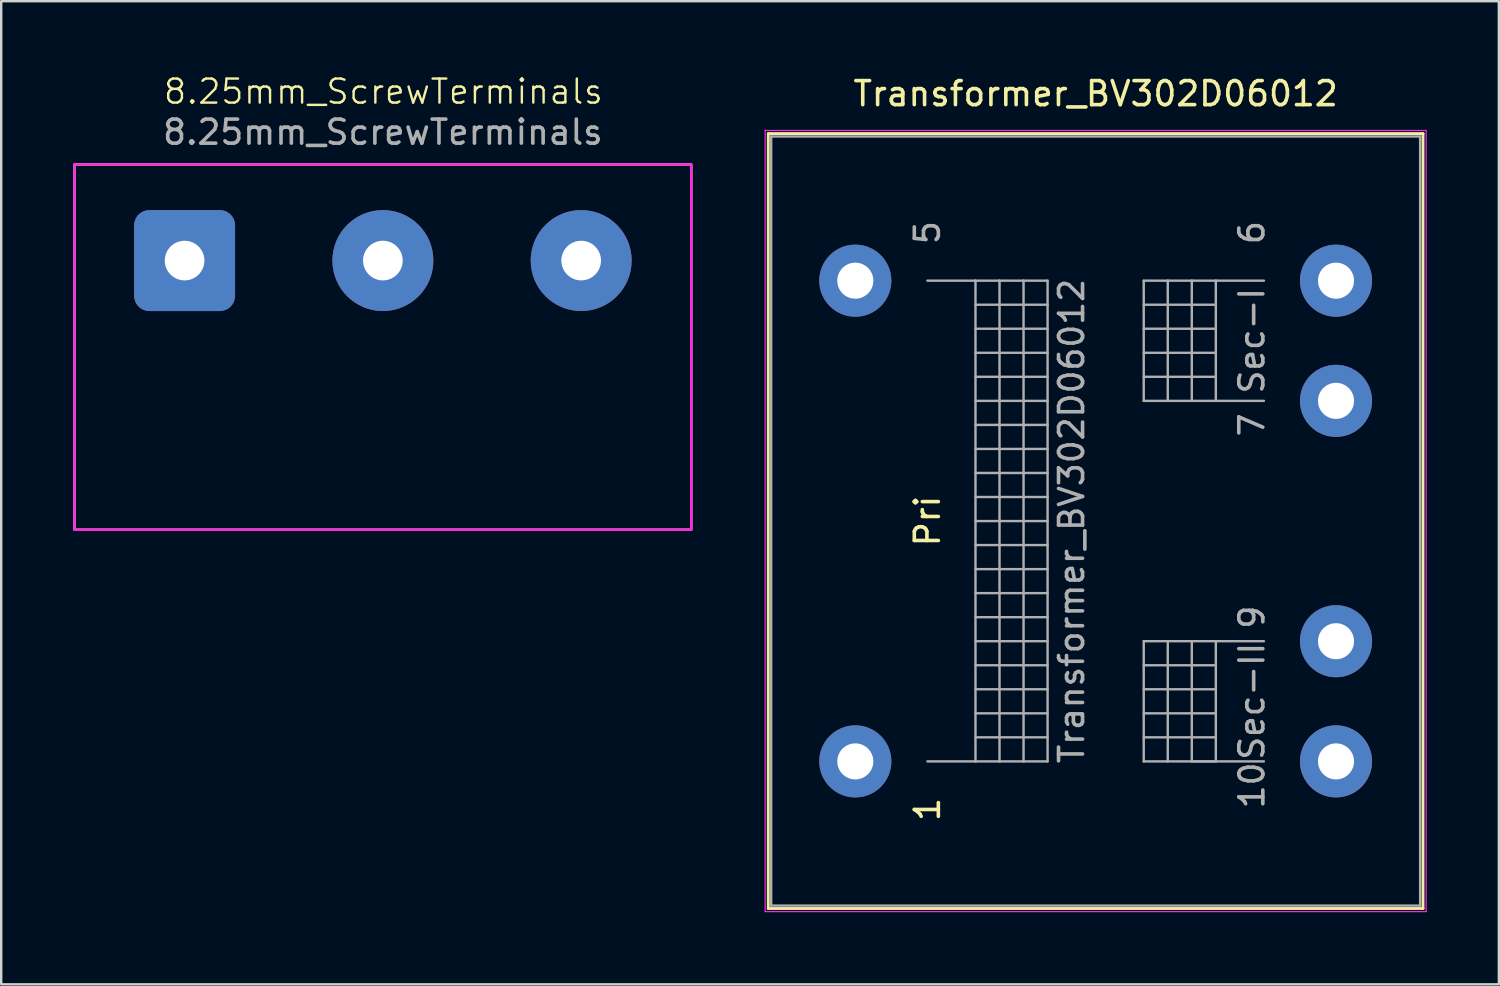
<source format=kicad_pcb>
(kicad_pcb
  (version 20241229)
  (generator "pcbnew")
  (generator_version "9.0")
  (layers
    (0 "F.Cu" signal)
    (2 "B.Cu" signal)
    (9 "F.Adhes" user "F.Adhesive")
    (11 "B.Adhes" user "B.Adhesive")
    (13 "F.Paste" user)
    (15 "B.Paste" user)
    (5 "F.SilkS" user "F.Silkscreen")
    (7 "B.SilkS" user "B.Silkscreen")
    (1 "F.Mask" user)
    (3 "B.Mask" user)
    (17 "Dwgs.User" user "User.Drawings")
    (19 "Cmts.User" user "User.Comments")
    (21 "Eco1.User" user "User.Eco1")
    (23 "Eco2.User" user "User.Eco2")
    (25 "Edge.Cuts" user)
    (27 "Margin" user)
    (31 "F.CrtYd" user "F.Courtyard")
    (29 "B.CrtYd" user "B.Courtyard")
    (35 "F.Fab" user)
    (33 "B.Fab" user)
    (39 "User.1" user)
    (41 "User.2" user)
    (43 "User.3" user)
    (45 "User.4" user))
  (footprint "Transformer_BV302D06012"
    (layer "F.Cu")
    (at 32.535 28.628)
    (property "Reference" "Transformer_BV302D06012" (at 10 -27.78 0) (layer "F.SilkS") (effects (font (size 1 1) (thickness 0.15))))
    (attr through_hole)
    (fp_line (start -3.62 -26.12) (end -3.62 6.12) (stroke (width 0.12) (type solid)) (layer "F.SilkS"))
    (fp_line (start -3.62 -26.12) (end 23.62 -26.12) (stroke (width 0.12) (type solid)) (layer "F.SilkS"))
    (fp_line (start 23.62 6.12) (end -3.62 6.12) (stroke (width 0.12) (type solid)) (layer "F.SilkS"))
    (fp_line (start 23.62 6.12) (end 23.62 -26.12) (stroke (width 0.12) (type solid)) (layer "F.SilkS"))
    (fp_line (start -3.75 -26.25) (end -3.75 6.25) (stroke (width 0.05) (type solid)) (layer "F.CrtYd"))
    (fp_line (start -3.75 -26.25) (end 23.75 -26.25) (stroke (width 0.05) (type solid)) (layer "F.CrtYd"))
    (fp_line (start 23.75 6.25) (end -3.75 6.25) (stroke (width 0.05) (type solid)) (layer "F.CrtYd"))
    (fp_line (start 23.75 6.25) (end 23.75 -26.25) (stroke (width 0.05) (type solid)) (layer "F.CrtYd"))
    (fp_line (start -3.5 -26) (end -3.5 6) (stroke (width 0.1) (type solid)) (layer "F.Fab"))
    (fp_line (start -3.5 6) (end 23.5 6) (stroke (width 0.1) (type solid)) (layer "F.Fab"))
    (fp_line (start 3 -20) (end 5 -20) (stroke (width 0.1) (type solid)) (layer "F.Fab"))
    (fp_line (start 5 -20) (end 5 0) (stroke (width 0.1) (type solid)) (layer "F.Fab"))
    (fp_line (start 5 -20) (end 6 -20) (stroke (width 0.1) (type solid)) (layer "F.Fab"))
    (fp_line (start 5 -19) (end 8 -19) (stroke (width 0.1) (type solid)) (layer "F.Fab"))
    (fp_line (start 5 -17) (end 8 -17) (stroke (width 0.1) (type solid)) (layer "F.Fab"))
    (fp_line (start 5 -15) (end 8 -15) (stroke (width 0.1) (type solid)) (layer "F.Fab"))
    (fp_line (start 5 -13) (end 8 -13) (stroke (width 0.1) (type solid)) (layer "F.Fab"))
    (fp_line (start 5 -11) (end 8 -11) (stroke (width 0.1) (type solid)) (layer "F.Fab"))
    (fp_line (start 5 -9) (end 8 -9) (stroke (width 0.1) (type solid)) (layer "F.Fab"))
    (fp_line (start 5 -7) (end 8 -7) (stroke (width 0.1) (type solid)) (layer "F.Fab"))
    (fp_line (start 5 -5) (end 8 -5) (stroke (width 0.1) (type solid)) (layer "F.Fab"))
    (fp_line (start 5 -3) (end 8 -3) (stroke (width 0.1) (type solid)) (layer "F.Fab"))
    (fp_line (start 5 -1) (end 8 -1) (stroke (width 0.1) (type solid)) (layer "F.Fab"))
    (fp_line (start 5 0) (end 3 0) (stroke (width 0.1) (type solid)) (layer "F.Fab"))
    (fp_line (start 6 -20) (end 6 0) (stroke (width 0.1) (type solid)) (layer "F.Fab"))
    (fp_line (start 6 -20) (end 7 -20) (stroke (width 0.1) (type solid)) (layer "F.Fab"))
    (fp_line (start 6 0) (end 5 0) (stroke (width 0.1) (type solid)) (layer "F.Fab"))
    (fp_line (start 7 -20) (end 7 0) (stroke (width 0.1) (type solid)) (layer "F.Fab"))
    (fp_line (start 7 -20) (end 8 -20) (stroke (width 0.1) (type solid)) (layer "F.Fab"))
    (fp_line (start 7 0) (end 6 0) (stroke (width 0.1) (type solid)) (layer "F.Fab"))
    (fp_line (start 8 -20) (end 8 0) (stroke (width 0.1) (type solid)) (layer "F.Fab"))
    (fp_line (start 8 -18) (end 5 -18) (stroke (width 0.1) (type solid)) (layer "F.Fab"))
    (fp_line (start 8 -16) (end 5 -16) (stroke (width 0.1) (type solid)) (layer "F.Fab"))
    (fp_line (start 8 -14) (end 5 -14) (stroke (width 0.1) (type solid)) (layer "F.Fab"))
    (fp_line (start 8 -12) (end 5 -12) (stroke (width 0.1) (type solid)) (layer "F.Fab"))
    (fp_line (start 8 -10) (end 5 -10) (stroke (width 0.1) (type solid)) (layer "F.Fab"))
    (fp_line (start 8 -8) (end 5 -8) (stroke (width 0.1) (type solid)) (layer "F.Fab"))
    (fp_line (start 8 -6) (end 5 -6) (stroke (width 0.1) (type solid)) (layer "F.Fab"))
    (fp_line (start 8 -4) (end 5 -4) (stroke (width 0.1) (type solid)) (layer "F.Fab"))
    (fp_line (start 8 -2) (end 5 -2) (stroke (width 0.1) (type solid)) (layer "F.Fab"))
    (fp_line (start 8 0) (end 7 0) (stroke (width 0.1) (type solid)) (layer "F.Fab"))
    (fp_line (start 12 -20) (end 12 -15) (stroke (width 0.1) (type solid)) (layer "F.Fab"))
    (fp_line (start 12 -19) (end 15 -19) (stroke (width 0.1) (type solid)) (layer "F.Fab"))
    (fp_line (start 12 -17) (end 15 -17) (stroke (width 0.1) (type solid)) (layer "F.Fab"))
    (fp_line (start 12 -15) (end 13 -15) (stroke (width 0.1) (type solid)) (layer "F.Fab"))
    (fp_line (start 12 -5) (end 12 0) (stroke (width 0.1) (type solid)) (layer "F.Fab"))
    (fp_line (start 12 -4) (end 15 -4) (stroke (width 0.1) (type solid)) (layer "F.Fab"))
    (fp_line (start 12 -2) (end 15 -2) (stroke (width 0.1) (type solid)) (layer "F.Fab"))
    (fp_line (start 12 0) (end 17 0) (stroke (width 0.1) (type solid)) (layer "F.Fab"))
    (fp_line (start 13 -20) (end 12 -20) (stroke (width 0.1) (type solid)) (layer "F.Fab"))
    (fp_line (start 13 -20) (end 13 -15) (stroke (width 0.1) (type solid)) (layer "F.Fab"))
    (fp_line (start 13 -15) (end 14 -15) (stroke (width 0.1) (type solid)) (layer "F.Fab"))
    (fp_line (start 13 -5) (end 13 0) (stroke (width 0.1) (type solid)) (layer "F.Fab"))
    (fp_line (start 14 -20) (end 13 -20) (stroke (width 0.1) (type solid)) (layer "F.Fab"))
    (fp_line (start 14 -20) (end 14 -15) (stroke (width 0.1) (type solid)) (layer "F.Fab"))
    (fp_line (start 14 -15) (end 15 -15) (stroke (width 0.1) (type solid)) (layer "F.Fab"))
    (fp_line (start 14 0) (end 14 -5) (stroke (width 0.1) (type solid)) (layer "F.Fab"))
    (fp_line (start 15 -20) (end 14 -20) (stroke (width 0.1) (type solid)) (layer "F.Fab"))
    (fp_line (start 15 -20) (end 15 -15) (stroke (width 0.1) (type solid)) (layer "F.Fab"))
    (fp_line (start 15 -18) (end 12 -18) (stroke (width 0.1) (type solid)) (layer "F.Fab"))
    (fp_line (start 15 -16) (end 12 -16) (stroke (width 0.1) (type solid)) (layer "F.Fab"))
    (fp_line (start 15 -15) (end 17 -15) (stroke (width 0.1) (type solid)) (layer "F.Fab"))
    (fp_line (start 15 -5) (end 15 0) (stroke (width 0.1) (type solid)) (layer "F.Fab"))
    (fp_line (start 15 -3) (end 12 -3) (stroke (width 0.1) (type solid)) (layer "F.Fab"))
    (fp_line (start 15 -1) (end 12 -1) (stroke (width 0.1) (type solid)) (layer "F.Fab"))
    (fp_line (start 15 0) (end 14 0) (stroke (width 0.1) (type solid)) (layer "F.Fab"))
    (fp_line (start 17 -20) (end 15 -20) (stroke (width 0.1) (type solid)) (layer "F.Fab"))
    (fp_line (start 17 -5) (end 12 -5) (stroke (width 0.1) (type solid)) (layer "F.Fab"))
    (fp_line (start 23.5 -26) (end -3.5 -26) (stroke (width 0.1) (type solid)) (layer "F.Fab"))
    (fp_line (start 23.5 6) (end 23.5 -26) (stroke (width 0.1) (type solid)) (layer "F.Fab"))
    (fp_text user "Pri" (at 3 -10 90) (layer "F.SilkS") (effects (font (size 1 1) (thickness 0.15))))
    (fp_text user "1" (at 3 2 90) (layer "F.SilkS") (effects (font (size 1 1) (thickness 0.15))))
    (fp_text user "7" (at 16.5 -14 90) (layer "F.Fab") (effects (font (size 1 1) (thickness 0.15))))
    (fp_text user "10" (at 16.5 1 90) (layer "F.Fab") (effects (font (size 1 1) (thickness 0.15))))
    (fp_text user "9" (at 16.5 -6 90) (layer "F.Fab") (effects (font (size 1 1) (thickness 0.15))))
    (fp_text user "Sec-I" (at 16.5 -17.5 90) (layer "F.Fab") (effects (font (size 1 1) (thickness 0.15))))
    (fp_text user "${REFERENCE}" (at 9 -10 90) (layer "F.Fab") (effects (font (size 1 1) (thickness 0.15))))
    (fp_text user "5" (at 3 -22 90) (layer "F.Fab") (effects (font (size 1 1) (thickness 0.15))))
    (fp_text user "6" (at 16.5 -22 90) (layer "F.Fab") (effects (font (size 1 1) (thickness 0.15))))
    (fp_text user "Sec-II" (at 16.5 -2.5 90) (layer "F.Fab") (effects (font (size 1 1) (thickness 0.15))))
    (pad "1" thru_hole circle (at 0 0) (size 3 3) (drill 1.5) (layers "*.Cu" "*.Mask"))
    (pad "5" thru_hole circle (at 0 -20) (size 3 3) (drill 1.5) (layers "*.Cu" "*.Mask"))
    (pad "6" thru_hole circle (at 20 -20) (size 3 3) (drill 1.5) (layers "*.Cu" "*.Mask"))
    (pad "7" thru_hole circle (at 20 -15) (size 3 3) (drill 1.5) (layers "*.Cu" "*.Mask"))
    (pad "9" thru_hole circle (at 20 -5) (size 3 3) (drill 1.5) (layers "*.Cu" "*.Mask"))
    (pad "10" thru_hole circle (at 20 0) (size 3 3) (drill 1.5) (layers "*.Cu" "*.Mask")))
  (footprint "8.25mm_ScrewTerminals"
    (layer "F.Cu")
    (at 12.88 7.791)
    (property "Reference" "8.25mm_ScrewTerminals" (at 0.02 -7.031 0) (unlocked yes) (layer "F.SilkS") (effects (font (size 1 1) (thickness 0.1))))
    (attr through_hole)
    (fp_rect (start -12.83 -4) (end 12.83 11.2) (stroke (width 0.1) (type solid)) (fill no) (layer "F.SilkS"))
    (fp_rect (start -12.83 -4) (end 12.83 11.2) (stroke (width 0.1) (type solid)) (fill no) (layer "F.CrtYd"))
    (fp_text user "${REFERENCE}" (at 0 -5.341 0) (unlocked yes) (layer "F.Fab") (effects (font (size 1 1) (thickness 0.15))))
    (pad "1" thru_hole roundrect (at -8.25 0) (size 4.2 4.2) (drill 1.65) (layers "*.Cu" "*.Mask") (roundrect_rratio 0.15))
    (pad "2" thru_hole circle (at 0 0) (size 4.2 4.2) (drill 1.65) (layers "*.Cu" "*.Mask"))
    (pad "3" thru_hole circle (at 8.25 0) (size 4.2 4.2) (drill 1.65) (layers "*.Cu" "*.Mask")))
  (gr_rect
    (start -3 -3)
    (end 59.31 37.903)
    (stroke (width 0.1) (type default))
    (fill no)
    (layer "Edge.Cuts")))
</source>
